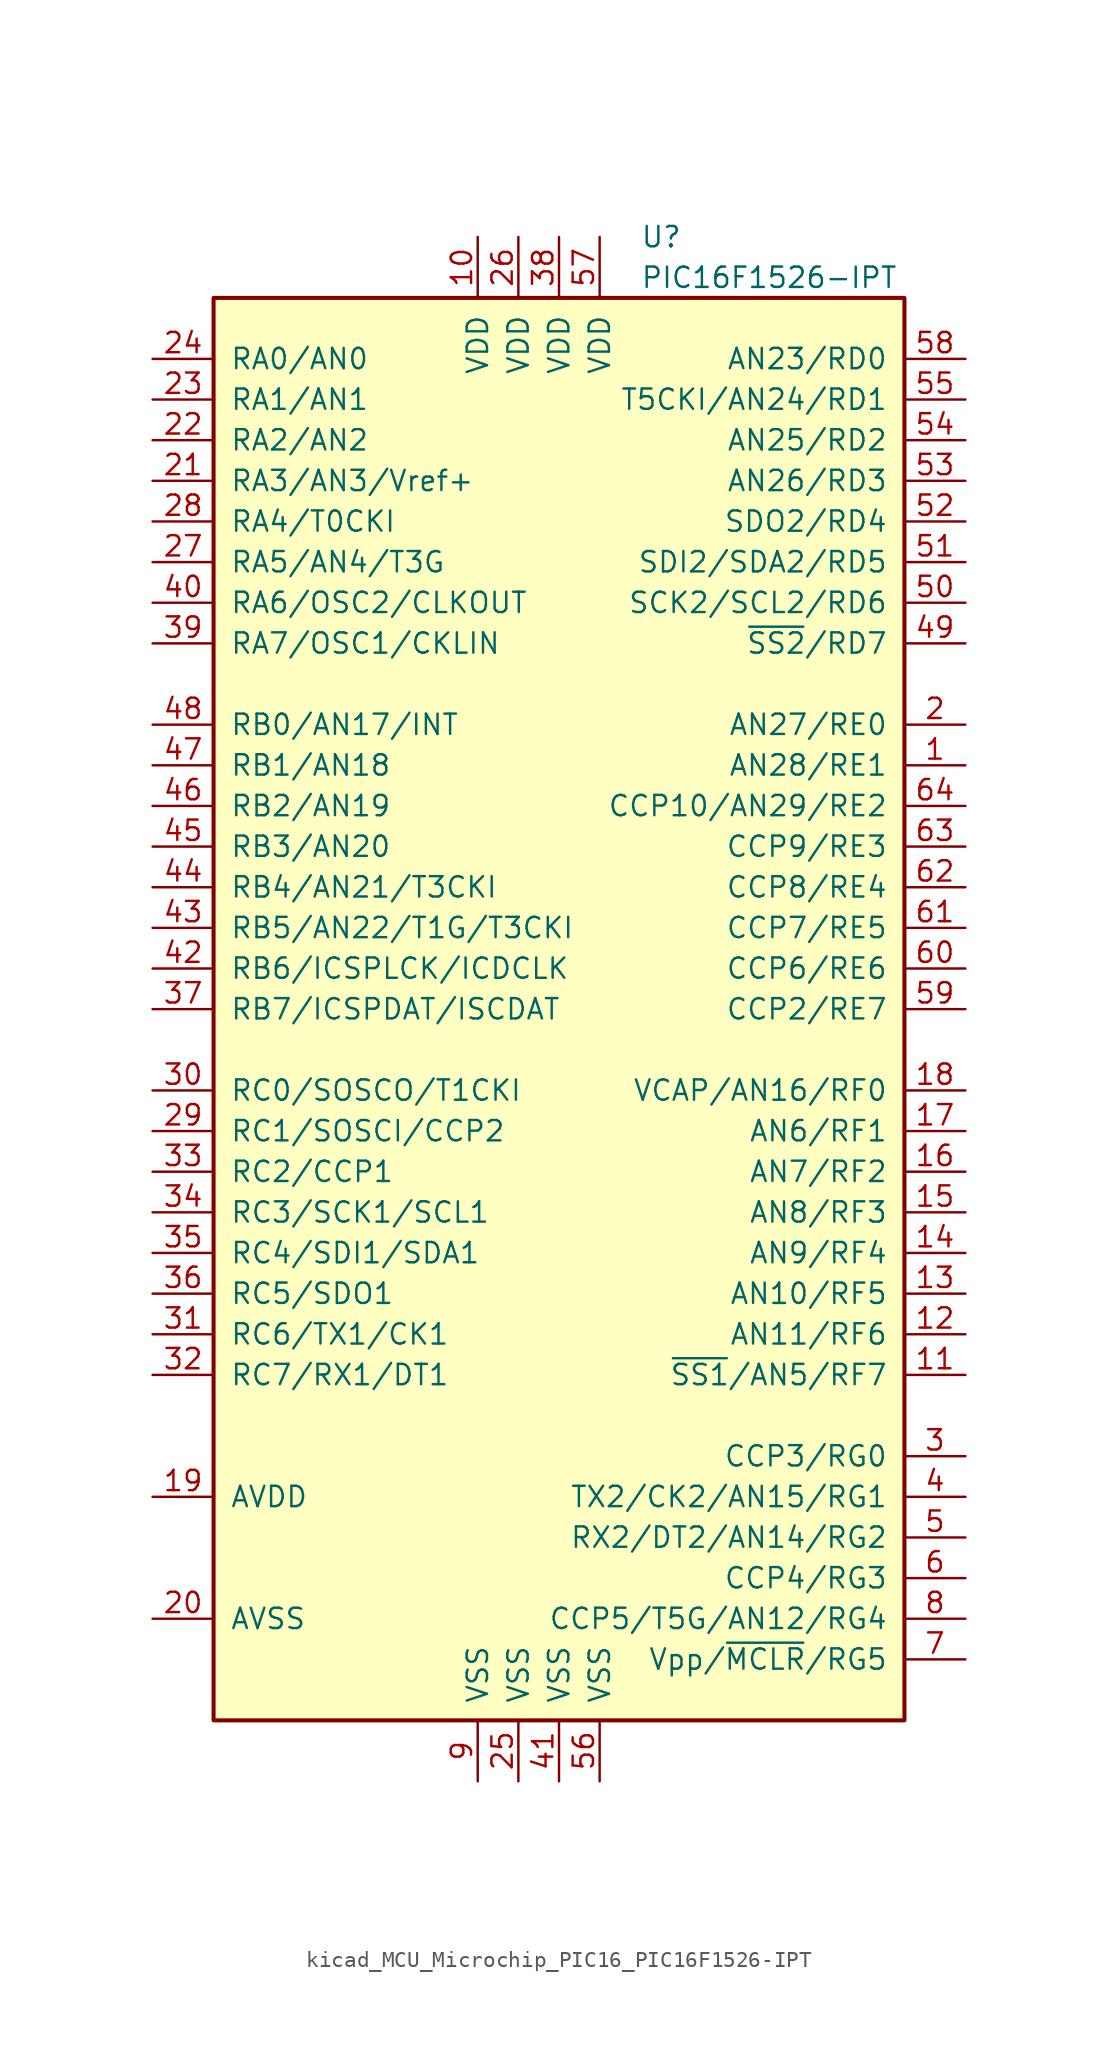
<source format=kicad_sym>
(kicad_symbol_lib
  (version 20220914)
  (generator kicad_symbol_editor)
  (symbol "kicad_MCU_Microchip_PIC16_PIC16F1526-IPT"
    (pin_names
      (offset 1.016))
    (property "Reference" "U"
      (at 5.08 48.26 0)
      (effects (font (size 1.27 1.27)) (justify left)))
    (property "Value" "PIC16F1526-IPT"
      (at 5.08 45.72 0)
      (effects (font (size 1.27 1.27)) (justify left)))
    (symbol "kicad_MCU_Microchip_PIC16_PIC16F1526-IPT_0_1"
      (rectangle (start -21.59 44.45) (end 21.59 -44.45) (stroke (width 0.254) (type default)) (fill (type background))))
    (symbol "kicad_MCU_Microchip_PIC16_PIC16F1526-IPT_1_1"
      (pin bidirectional line (at 25.4 15.24 180) (length 3.81) (name "AN28/RE1" (effects (font (size 1.27 1.27)))) (number "1" (effects (font (size 1.27 1.27)))))
      (pin power_in line (at -5.08 48.26 270) (length 3.81) (name "VDD" (effects (font (size 1.27 1.27)))) (number "10" (effects (font (size 1.27 1.27)))))
      (pin bidirectional line (at 25.4 -22.86 180) (length 3.81) (name "~{SS1}/AN5/RF7" (effects (font (size 1.27 1.27)))) (number "11" (effects (font (size 1.27 1.27)))))
      (pin bidirectional line (at 25.4 -20.32 180) (length 3.81) (name "AN11/RF6" (effects (font (size 1.27 1.27)))) (number "12" (effects (font (size 1.27 1.27)))))
      (pin bidirectional line (at 25.4 -17.78 180) (length 3.81) (name "AN10/RF5" (effects (font (size 1.27 1.27)))) (number "13" (effects (font (size 1.27 1.27)))))
      (pin bidirectional line (at 25.4 -15.24 180) (length 3.81) (name "AN9/RF4" (effects (font (size 1.27 1.27)))) (number "14" (effects (font (size 1.27 1.27)))))
      (pin bidirectional line (at 25.4 -12.7 180) (length 3.81) (name "AN8/RF3" (effects (font (size 1.27 1.27)))) (number "15" (effects (font (size 1.27 1.27)))))
      (pin bidirectional line (at 25.4 -10.16 180) (length 3.81) (name "AN7/RF2" (effects (font (size 1.27 1.27)))) (number "16" (effects (font (size 1.27 1.27)))))
      (pin bidirectional line (at 25.4 -7.62 180) (length 3.81) (name "AN6/RF1" (effects (font (size 1.27 1.27)))) (number "17" (effects (font (size 1.27 1.27)))))
      (pin bidirectional line (at 25.4 -5.08 180) (length 3.81) (name "VCAP/AN16/RF0" (effects (font (size 1.27 1.27)))) (number "18" (effects (font (size 1.27 1.27)))))
      (pin power_in line (at -25.4 -30.48 0) (length 3.81) (name "AVDD" (effects (font (size 1.27 1.27)))) (number "19" (effects (font (size 1.27 1.27)))))
      (pin bidirectional line (at 25.4 17.78 180) (length 3.81) (name "AN27/RE0" (effects (font (size 1.27 1.27)))) (number "2" (effects (font (size 1.27 1.27)))))
      (pin power_in line (at -25.4 -38.1 0) (length 3.81) (name "AVSS" (effects (font (size 1.27 1.27)))) (number "20" (effects (font (size 1.27 1.27)))))
      (pin bidirectional line (at -25.4 33.02 0) (length 3.81) (name "RA3/AN3/Vref+" (effects (font (size 1.27 1.27)))) (number "21" (effects (font (size 1.27 1.27)))))
      (pin bidirectional line (at -25.4 35.56 0) (length 3.81) (name "RA2/AN2" (effects (font (size 1.27 1.27)))) (number "22" (effects (font (size 1.27 1.27)))))
      (pin bidirectional line (at -25.4 38.1 0) (length 3.81) (name "RA1/AN1" (effects (font (size 1.27 1.27)))) (number "23" (effects (font (size 1.27 1.27)))))
      (pin bidirectional line (at -25.4 40.64 0) (length 3.81) (name "RA0/AN0" (effects (font (size 1.27 1.27)))) (number "24" (effects (font (size 1.27 1.27)))))
      (pin power_in line (at -2.54 -48.26 90) (length 3.81) (name "VSS" (effects (font (size 1.27 1.27)))) (number "25" (effects (font (size 1.27 1.27)))))
      (pin power_in line (at -2.54 48.26 270) (length 3.81) (name "VDD" (effects (font (size 1.27 1.27)))) (number "26" (effects (font (size 1.27 1.27)))))
      (pin bidirectional line (at -25.4 27.94 0) (length 3.81) (name "RA5/AN4/T3G" (effects (font (size 1.27 1.27)))) (number "27" (effects (font (size 1.27 1.27)))))
      (pin bidirectional line (at -25.4 30.48 0) (length 3.81) (name "RA4/T0CKI" (effects (font (size 1.27 1.27)))) (number "28" (effects (font (size 1.27 1.27)))))
      (pin bidirectional line (at -25.4 -7.62 0) (length 3.81) (name "RC1/SOSCI/CCP2" (effects (font (size 1.27 1.27)))) (number "29" (effects (font (size 1.27 1.27)))))
      (pin bidirectional line (at 25.4 -27.94 180) (length 3.81) (name "CCP3/RG0" (effects (font (size 1.27 1.27)))) (number "3" (effects (font (size 1.27 1.27)))))
      (pin bidirectional line (at -25.4 -5.08 0) (length 3.81) (name "RC0/SOSCO/T1CKI" (effects (font (size 1.27 1.27)))) (number "30" (effects (font (size 1.27 1.27)))))
      (pin bidirectional line (at -25.4 -20.32 0) (length 3.81) (name "RC6/TX1/CK1" (effects (font (size 1.27 1.27)))) (number "31" (effects (font (size 1.27 1.27)))))
      (pin bidirectional line (at -25.4 -22.86 0) (length 3.81) (name "RC7/RX1/DT1" (effects (font (size 1.27 1.27)))) (number "32" (effects (font (size 1.27 1.27)))))
      (pin bidirectional line (at -25.4 -10.16 0) (length 3.81) (name "RC2/CCP1" (effects (font (size 1.27 1.27)))) (number "33" (effects (font (size 1.27 1.27)))))
      (pin bidirectional line (at -25.4 -12.7 0) (length 3.81) (name "RC3/SCK1/SCL1" (effects (font (size 1.27 1.27)))) (number "34" (effects (font (size 1.27 1.27)))))
      (pin bidirectional line (at -25.4 -15.24 0) (length 3.81) (name "RC4/SDI1/SDA1" (effects (font (size 1.27 1.27)))) (number "35" (effects (font (size 1.27 1.27)))))
      (pin bidirectional line (at -25.4 -17.78 0) (length 3.81) (name "RC5/SDO1" (effects (font (size 1.27 1.27)))) (number "36" (effects (font (size 1.27 1.27)))))
      (pin bidirectional line (at -25.4 0 0) (length 3.81) (name "RB7/ICSPDAT/ISCDAT" (effects (font (size 1.27 1.27)))) (number "37" (effects (font (size 1.27 1.27)))))
      (pin power_in line (at 0 48.26 270) (length 3.81) (name "VDD" (effects (font (size 1.27 1.27)))) (number "38" (effects (font (size 1.27 1.27)))))
      (pin bidirectional line (at -25.4 22.86 0) (length 3.81) (name "RA7/OSC1/CKLIN" (effects (font (size 1.27 1.27)))) (number "39" (effects (font (size 1.27 1.27)))))
      (pin bidirectional line (at 25.4 -30.48 180) (length 3.81) (name "TX2/CK2/AN15/RG1" (effects (font (size 1.27 1.27)))) (number "4" (effects (font (size 1.27 1.27)))))
      (pin bidirectional line (at -25.4 25.4 0) (length 3.81) (name "RA6/OSC2/CLKOUT" (effects (font (size 1.27 1.27)))) (number "40" (effects (font (size 1.27 1.27)))))
      (pin power_in line (at 0 -48.26 90) (length 3.81) (name "VSS" (effects (font (size 1.27 1.27)))) (number "41" (effects (font (size 1.27 1.27)))))
      (pin bidirectional line (at -25.4 2.54 0) (length 3.81) (name "RB6/ICSPLCK/ICDCLK" (effects (font (size 1.27 1.27)))) (number "42" (effects (font (size 1.27 1.27)))))
      (pin bidirectional line (at -25.4 5.08 0) (length 3.81) (name "RB5/AN22/T1G/T3CKI" (effects (font (size 1.27 1.27)))) (number "43" (effects (font (size 1.27 1.27)))))
      (pin bidirectional line (at -25.4 7.62 0) (length 3.81) (name "RB4/AN21/T3CKI" (effects (font (size 1.27 1.27)))) (number "44" (effects (font (size 1.27 1.27)))))
      (pin bidirectional line (at -25.4 10.16 0) (length 3.81) (name "RB3/AN20" (effects (font (size 1.27 1.27)))) (number "45" (effects (font (size 1.27 1.27)))))
      (pin bidirectional line (at -25.4 12.7 0) (length 3.81) (name "RB2/AN19" (effects (font (size 1.27 1.27)))) (number "46" (effects (font (size 1.27 1.27)))))
      (pin bidirectional line (at -25.4 15.24 0) (length 3.81) (name "RB1/AN18" (effects (font (size 1.27 1.27)))) (number "47" (effects (font (size 1.27 1.27)))))
      (pin bidirectional line (at -25.4 17.78 0) (length 3.81) (name "RB0/AN17/INT" (effects (font (size 1.27 1.27)))) (number "48" (effects (font (size 1.27 1.27)))))
      (pin bidirectional line (at 25.4 22.86 180) (length 3.81) (name "~{SS2}/RD7" (effects (font (size 1.27 1.27)))) (number "49" (effects (font (size 1.27 1.27)))))
      (pin bidirectional line (at 25.4 -33.02 180) (length 3.81) (name "RX2/DT2/AN14/RG2" (effects (font (size 1.27 1.27)))) (number "5" (effects (font (size 1.27 1.27)))))
      (pin bidirectional line (at 25.4 25.4 180) (length 3.81) (name "SCK2/SCL2/RD6" (effects (font (size 1.27 1.27)))) (number "50" (effects (font (size 1.27 1.27)))))
      (pin bidirectional line (at 25.4 27.94 180) (length 3.81) (name "SDI2/SDA2/RD5" (effects (font (size 1.27 1.27)))) (number "51" (effects (font (size 1.27 1.27)))))
      (pin bidirectional line (at 25.4 30.48 180) (length 3.81) (name "SDO2/RD4" (effects (font (size 1.27 1.27)))) (number "52" (effects (font (size 1.27 1.27)))))
      (pin bidirectional line (at 25.4 33.02 180) (length 3.81) (name "AN26/RD3" (effects (font (size 1.27 1.27)))) (number "53" (effects (font (size 1.27 1.27)))))
      (pin bidirectional line (at 25.4 35.56 180) (length 3.81) (name "AN25/RD2" (effects (font (size 1.27 1.27)))) (number "54" (effects (font (size 1.27 1.27)))))
      (pin bidirectional line (at 25.4 38.1 180) (length 3.81) (name "T5CKI/AN24/RD1" (effects (font (size 1.27 1.27)))) (number "55" (effects (font (size 1.27 1.27)))))
      (pin power_in line (at 2.54 -48.26 90) (length 3.81) (name "VSS" (effects (font (size 1.27 1.27)))) (number "56" (effects (font (size 1.27 1.27)))))
      (pin power_in line (at 2.54 48.26 270) (length 3.81) (name "VDD" (effects (font (size 1.27 1.27)))) (number "57" (effects (font (size 1.27 1.27)))))
      (pin bidirectional line (at 25.4 40.64 180) (length 3.81) (name "AN23/RD0" (effects (font (size 1.27 1.27)))) (number "58" (effects (font (size 1.27 1.27)))))
      (pin bidirectional line (at 25.4 0 180) (length 3.81) (name "CCP2/RE7" (effects (font (size 1.27 1.27)))) (number "59" (effects (font (size 1.27 1.27)))))
      (pin bidirectional line (at 25.4 -35.56 180) (length 3.81) (name "CCP4/RG3" (effects (font (size 1.27 1.27)))) (number "6" (effects (font (size 1.27 1.27)))))
      (pin bidirectional line (at 25.4 2.54 180) (length 3.81) (name "CCP6/RE6" (effects (font (size 1.27 1.27)))) (number "60" (effects (font (size 1.27 1.27)))))
      (pin bidirectional line (at 25.4 5.08 180) (length 3.81) (name "CCP7/RE5" (effects (font (size 1.27 1.27)))) (number "61" (effects (font (size 1.27 1.27)))))
      (pin bidirectional line (at 25.4 7.62 180) (length 3.81) (name "CCP8/RE4" (effects (font (size 1.27 1.27)))) (number "62" (effects (font (size 1.27 1.27)))))
      (pin bidirectional line (at 25.4 10.16 180) (length 3.81) (name "CCP9/RE3" (effects (font (size 1.27 1.27)))) (number "63" (effects (font (size 1.27 1.27)))))
      (pin bidirectional line (at 25.4 12.7 180) (length 3.81) (name "CCP10/AN29/RE2" (effects (font (size 1.27 1.27)))) (number "64" (effects (font (size 1.27 1.27)))))
      (pin input line (at 25.4 -40.64 180) (length 3.81) (name "Vpp/~{MCLR}/RG5" (effects (font (size 1.27 1.27)))) (number "7" (effects (font (size 1.27 1.27)))))
      (pin bidirectional line (at 25.4 -38.1 180) (length 3.81) (name "CCP5/T5G/AN12/RG4" (effects (font (size 1.27 1.27)))) (number "8" (effects (font (size 1.27 1.27)))))
      (pin power_in line (at -5.08 -48.26 90) (length 3.81) (name "VSS" (effects (font (size 1.27 1.27)))) (number "9" (effects (font (size 1.27 1.27))))))))
</source>
